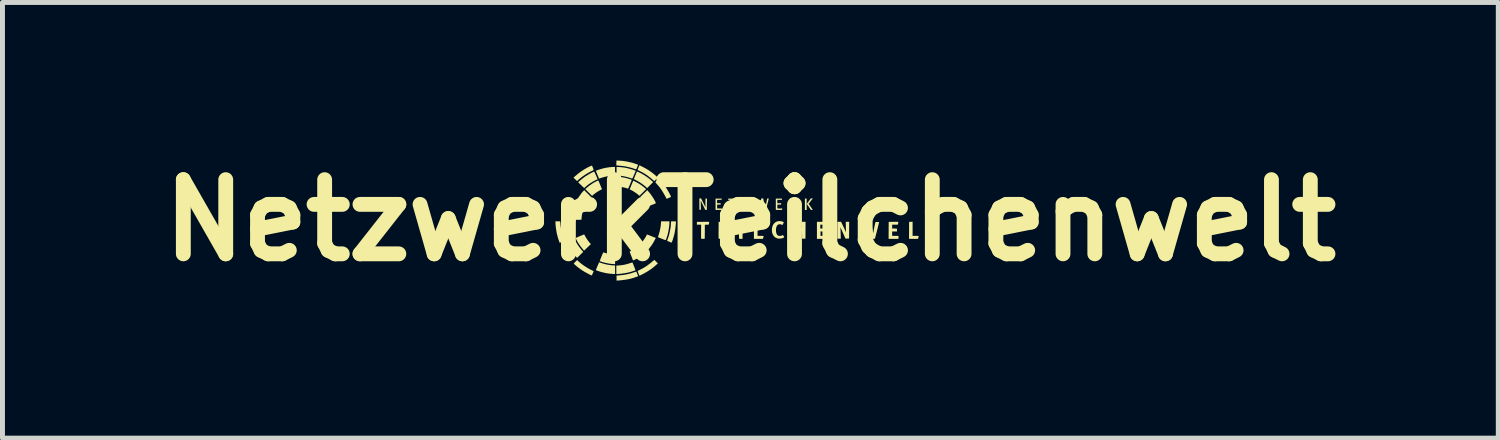
<source format=kicad_pcb>
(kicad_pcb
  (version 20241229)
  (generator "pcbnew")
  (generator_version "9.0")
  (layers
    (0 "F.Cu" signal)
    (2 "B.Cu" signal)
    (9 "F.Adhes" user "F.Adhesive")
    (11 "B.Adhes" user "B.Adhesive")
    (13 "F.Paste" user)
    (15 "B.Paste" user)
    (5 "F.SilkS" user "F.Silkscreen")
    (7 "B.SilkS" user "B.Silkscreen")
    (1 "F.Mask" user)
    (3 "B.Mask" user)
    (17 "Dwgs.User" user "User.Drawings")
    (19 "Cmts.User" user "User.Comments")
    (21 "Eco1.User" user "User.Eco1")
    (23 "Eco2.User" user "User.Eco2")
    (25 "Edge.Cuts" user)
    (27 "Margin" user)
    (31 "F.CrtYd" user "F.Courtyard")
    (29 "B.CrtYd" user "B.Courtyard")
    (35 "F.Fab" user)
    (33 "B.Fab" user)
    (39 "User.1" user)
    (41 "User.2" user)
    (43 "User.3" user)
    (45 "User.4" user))
  (footprint "NetzwerkTeilchenwelt"
    (layer "F.Cu")
    (at 12.121 1.404)
    (property "Reference" "NetzwerkTeilchenwelt" (at 0 0 0) (layer "F.SilkS") (effects (font (size 1.5 1.5) (thickness 0.3))))
    (attr board_only exclude_from_pos_files exclude_from_bom)
    (fp_poly (pts (xy 1.138 -0.324) (xy 1.138 -0.209) (xy 1.12 -0.209) (xy 1.103 -0.209) (xy 1.103 -0.324) (xy 1.103 -0.439) (xy 1.12 -0.439) (xy 1.138 -0.439)) (stroke (width 0) (type solid)) (fill yes) (layer "F.SilkS"))
    (fp_poly (pts (xy -0.158 0.202) (xy -0.158 0.375) (xy -0.191 0.375) (xy -0.207 0.375) (xy -0.22 0.374) (xy -0.227 0.372) (xy -0.227 0.372) (xy -0.228 0.367) (xy -0.228 0.355) (xy -0.229 0.336) (xy -0.229 0.311) (xy -0.23 0.282) (xy -0.23 0.248) (xy -0.23 0.212) (xy -0.23 0.2) (xy -0.23 0.03) (xy -0.194 0.03) (xy -0.158 0.03)) (stroke (width 0) (type solid)) (fill yes) (layer "F.SilkS"))
    (fp_poly (pts (xy 3.28 0.172) (xy 3.28 0.315) (xy 3.342 0.315) (xy 3.364 0.315) (xy 3.383 0.316) (xy 3.396 0.316) (xy 3.403 0.317) (xy 3.404 0.318) (xy 3.403 0.323) (xy 3.401 0.333) (xy 3.397 0.347) (xy 3.39 0.375) (xy 3.299 0.375) (xy 3.208 0.375) (xy 3.209 0.203) (xy 3.21 0.032) (xy 3.245 0.031) (xy 3.28 0.029)) (stroke (width 0) (type solid)) (fill yes) (layer "F.SilkS"))
    (fp_poly (pts (xy -0.291 -0.429) (xy -0.293 -0.42) (xy -0.294 -0.416) (xy -0.298 -0.415) (xy -0.308 -0.414) (xy -0.323 -0.413) (xy -0.324 -0.413) (xy -0.354 -0.413) (xy -0.354 -0.311) (xy -0.354 -0.209) (xy -0.369 -0.209) (xy -0.383 -0.209) (xy -0.383 -0.311) (xy -0.383 -0.413) (xy -0.415 -0.413) (xy -0.447 -0.413) (xy -0.447 -0.426) (xy -0.447 -0.439) (xy -0.368 -0.439) (xy -0.289 -0.439)) (stroke (width 0) (type solid)) (fill yes) (layer "F.SilkS"))
    (fp_poly (pts (xy 0.145 0.173) (xy 0.145 0.315) (xy 0.207 0.315) (xy 0.228 0.315) (xy 0.247 0.316) (xy 0.26 0.317) (xy 0.268 0.318) (xy 0.268 0.318) (xy 0.267 0.324) (xy 0.265 0.335) (xy 0.265 0.337) (xy 0.261 0.35) (xy 0.258 0.363) (xy 0.258 0.363) (xy 0.255 0.375) (xy 0.164 0.375) (xy 0.072 0.375) (xy 0.072 0.202) (xy 0.072 0.03) (xy 0.109 0.03) (xy 0.145 0.03)) (stroke (width 0) (type solid)) (fill yes) (layer "F.SilkS"))
    (fp_poly (pts (xy -0.58 -0.427) (xy -0.582 -0.415) (xy -0.627 -0.414) (xy -0.673 -0.413) (xy -0.673 -0.379) (xy -0.673 -0.345) (xy -0.637 -0.345) (xy -0.601 -0.345) (xy -0.601 -0.331) (xy -0.601 -0.317) (xy -0.636 -0.317) (xy -0.671 -0.317) (xy -0.672 -0.278) (xy -0.673 -0.239) (xy -0.624 -0.239) (xy -0.575 -0.239) (xy -0.575 -0.224) (xy -0.575 -0.209) (xy -0.639 -0.209) (xy -0.703 -0.209) (xy -0.703 -0.324) (xy -0.703 -0.439) (xy -0.641 -0.439) (xy -0.579 -0.439)) (stroke (width 0) (type solid)) (fill yes) (layer "F.SilkS"))
    (fp_poly (pts (xy 0.639 -0.426) (xy 0.639 -0.413) (xy 0.592 -0.413) (xy 0.545 -0.413) (xy 0.545 -0.379) (xy 0.545 -0.345) (xy 0.584 -0.345) (xy 0.622 -0.345) (xy 0.622 -0.331) (xy 0.622 -0.317) (xy 0.585 -0.317) (xy 0.547 -0.317) (xy 0.546 -0.278) (xy 0.545 -0.239) (xy 0.594 -0.239) (xy 0.643 -0.239) (xy 0.643 -0.224) (xy 0.643 -0.209) (xy 0.579 -0.209) (xy 0.515 -0.209) (xy 0.515 -0.324) (xy 0.515 -0.439) (xy 0.577 -0.439) (xy 0.639 -0.439)) (stroke (width 0) (type solid)) (fill yes) (layer "F.SilkS"))
    (fp_poly (pts (xy -3.841 0.059) (xy -3.835 0.12) (xy -3.826 0.183) (xy -3.815 0.244) (xy -3.8 0.303) (xy -3.784 0.356) (xy -3.777 0.375) (xy -3.771 0.392) (xy -3.766 0.405) (xy -3.764 0.414) (xy -3.763 0.416) (xy -3.768 0.418) (xy -3.778 0.423) (xy -3.793 0.429) (xy -3.81 0.437) (xy -3.856 0.456) (xy -3.86 0.444) (xy -3.888 0.362) (xy -3.911 0.277) (xy -3.927 0.19) (xy -3.937 0.105) (xy -3.939 0.076) (xy -3.942 0.021) (xy -3.893 0.021) (xy -3.844 0.021)) (stroke (width 0) (type solid)) (fill yes) (layer "F.SilkS"))
    (fp_poly (pts (xy 3.772 0.03) (xy 3.788 0.031) (xy 3.799 0.033) (xy 3.806 0.035) (xy 3.809 0.04) (xy 3.809 0.045) (xy 3.807 0.053) (xy 3.805 0.063) (xy 3.804 0.068) (xy 3.799 0.089) (xy 3.757 0.089) (xy 3.715 0.089) (xy 3.715 0.232) (xy 3.715 0.375) (xy 3.681 0.375) (xy 3.647 0.375) (xy 3.647 0.232) (xy 3.647 0.089) (xy 3.602 0.089) (xy 3.557 0.089) (xy 3.558 0.061) (xy 3.559 0.032) (xy 3.684 0.031) (xy 3.721 0.03) (xy 3.75 0.03)) (stroke (width 0) (type solid)) (fill yes) (layer "F.SilkS"))
    (fp_poly (pts (xy -2.363 -0.799) (xy -2.353 -0.794) (xy -2.338 -0.788) (xy -2.321 -0.779) (xy -2.266 -0.749) (xy -2.212 -0.715) (xy -2.162 -0.677) (xy -2.13 -0.65) (xy -2.107 -0.63) (xy -2.175 -0.562) (xy -2.243 -0.495) (xy -2.266 -0.516) (xy -2.288 -0.534) (xy -2.315 -0.553) (xy -2.345 -0.573) (xy -2.375 -0.592) (xy -2.403 -0.607) (xy -2.406 -0.609) (xy -2.44 -0.626) (xy -2.405 -0.712) (xy -2.394 -0.737) (xy -2.385 -0.76) (xy -2.377 -0.778) (xy -2.371 -0.792) (xy -2.368 -0.799) (xy -2.367 -0.8)) (stroke (width 0) (type solid)) (fill yes) (layer "F.SilkS"))
    (fp_poly (pts (xy -3.636 0.059) (xy -3.626 0.148) (xy -3.607 0.236) (xy -3.588 0.3) (xy -3.582 0.317) (xy -3.578 0.33) (xy -3.576 0.338) (xy -3.576 0.34) (xy -3.58 0.342) (xy -3.591 0.347) (xy -3.607 0.353) (xy -3.626 0.361) (xy -3.647 0.37) (xy -3.669 0.379) (xy -3.689 0.388) (xy -3.707 0.395) (xy -3.721 0.401) (xy -3.73 0.404) (xy -3.732 0.405) (xy -3.734 0.401) (xy -3.739 0.391) (xy -3.744 0.377) (xy -3.746 0.374) (xy -3.772 0.293) (xy -3.792 0.21) (xy -3.805 0.123) (xy -3.811 0.059) (xy -3.814 0.017) (xy -3.726 0.017) (xy -3.639 0.017)) (stroke (width 0) (type solid)) (fill yes) (layer "F.SilkS"))
    (fp_poly (pts (xy 1.26 -0.442) (xy 1.261 -0.441) (xy 1.259 -0.437) (xy 1.252 -0.427) (xy 1.241 -0.414) (xy 1.228 -0.397) (xy 1.219 -0.386) (xy 1.177 -0.334) (xy 1.219 -0.275) (xy 1.233 -0.255) (xy 1.244 -0.238) (xy 1.254 -0.224) (xy 1.259 -0.215) (xy 1.261 -0.212) (xy 1.257 -0.21) (xy 1.248 -0.209) (xy 1.243 -0.209) (xy 1.229 -0.21) (xy 1.221 -0.215) (xy 1.218 -0.218) (xy 1.213 -0.225) (xy 1.205 -0.238) (xy 1.194 -0.254) (xy 1.181 -0.273) (xy 1.176 -0.28) (xy 1.141 -0.331) (xy 1.181 -0.386) (xy 1.221 -0.441) (xy 1.241 -0.442) (xy 1.253 -0.443)) (stroke (width 0) (type solid)) (fill yes) (layer "F.SilkS"))
    (fp_poly (pts (xy 2.989 0.056) (xy 2.987 0.071) (xy 2.985 0.082) (xy 2.984 0.086) (xy 2.979 0.087) (xy 2.967 0.088) (xy 2.95 0.089) (xy 2.93 0.089) (xy 2.924 0.089) (xy 2.867 0.089) (xy 2.867 0.128) (xy 2.867 0.166) (xy 2.915 0.167) (xy 2.963 0.168) (xy 2.964 0.197) (xy 2.966 0.226) (xy 2.916 0.226) (xy 2.867 0.226) (xy 2.867 0.271) (xy 2.867 0.315) (xy 2.931 0.315) (xy 2.995 0.315) (xy 2.995 0.345) (xy 2.995 0.375) (xy 2.895 0.375) (xy 2.795 0.375) (xy 2.796 0.203) (xy 2.797 0.032) (xy 2.894 0.031) (xy 2.992 0.03)) (stroke (width 0) (type solid)) (fill yes) (layer "F.SilkS"))
    (fp_poly (pts (xy -1.906 0.835) (xy -1.87 0.871) (xy -1.897 0.896) (xy -1.954 0.946) (xy -2.018 0.994) (xy -2.085 1.037) (xy -2.152 1.076) (xy -2.16 1.08) (xy -2.181 1.09) (xy -2.2 1.1) (xy -2.216 1.108) (xy -2.227 1.113) (xy -2.229 1.113) (xy -2.244 1.12) (xy -2.262 1.073) (xy -2.269 1.055) (xy -2.275 1.039) (xy -2.278 1.029) (xy -2.279 1.025) (xy -2.275 1.023) (xy -2.264 1.017) (xy -2.249 1.009) (xy -2.23 0.999) (xy -2.215 0.992) (xy -2.163 0.964) (xy -2.116 0.936) (xy -2.073 0.906) (xy -2.03 0.874) (xy -1.986 0.838) (xy -1.984 0.836) (xy -1.942 0.8)) (stroke (width 0) (type solid)) (fill yes) (layer "F.SilkS"))
    (fp_poly (pts (xy 1.501 0.03) (xy 1.519 0.03) (xy 1.531 0.032) (xy 1.538 0.034) (xy 1.542 0.039) (xy 1.542 0.045) (xy 1.541 0.054) (xy 1.538 0.065) (xy 1.538 0.068) (xy 1.533 0.089) (xy 1.474 0.089) (xy 1.414 0.089) (xy 1.414 0.128) (xy 1.414 0.166) (xy 1.463 0.166) (xy 1.512 0.166) (xy 1.512 0.196) (xy 1.512 0.226) (xy 1.466 0.226) (xy 1.419 0.226) (xy 1.419 0.271) (xy 1.419 0.315) (xy 1.483 0.315) (xy 1.546 0.315) (xy 1.546 0.345) (xy 1.546 0.375) (xy 1.446 0.375) (xy 1.346 0.375) (xy 1.346 0.202) (xy 1.346 0.03) (xy 1.444 0.03) (xy 1.476 0.03)) (stroke (width 0) (type solid)) (fill yes) (layer "F.SilkS"))
    (fp_poly (pts (xy -0.895 0.031) (xy -0.871 0.031) (xy -0.851 0.031) (xy -0.838 0.032) (xy -0.831 0.033) (xy -0.831 0.033) (xy -0.832 0.039) (xy -0.834 0.05) (xy -0.836 0.062) (xy -0.842 0.087) (xy -0.881 0.089) (xy -0.92 0.09) (xy -0.921 0.231) (xy -0.922 0.373) (xy -0.958 0.374) (xy -0.976 0.374) (xy -0.988 0.373) (xy -0.994 0.371) (xy -0.995 0.37) (xy -0.995 0.364) (xy -0.996 0.351) (xy -0.996 0.332) (xy -0.996 0.307) (xy -0.996 0.278) (xy -0.996 0.246) (xy -0.996 0.227) (xy -0.995 0.089) (xy -1.039 0.089) (xy -1.083 0.089) (xy -1.081 0.061) (xy -1.08 0.032) (xy -0.955 0.031) (xy -0.924 0.031)) (stroke (width 0) (type solid)) (fill yes) (layer "F.SilkS"))
    (fp_poly (pts (xy -2.309 1.038) (xy -2.305 1.042) (xy -2.3 1.051) (xy -2.293 1.067) (xy -2.287 1.081) (xy -2.28 1.099) (xy -2.274 1.114) (xy -2.269 1.125) (xy -2.267 1.129) (xy -2.271 1.131) (xy -2.281 1.136) (xy -2.296 1.141) (xy -2.315 1.148) (xy -2.336 1.155) (xy -2.358 1.162) (xy -2.379 1.169) (xy -2.397 1.174) (xy -2.41 1.178) (xy -2.472 1.192) (xy -2.539 1.203) (xy -2.613 1.212) (xy -2.668 1.217) (xy -2.705 1.219) (xy -2.705 1.169) (xy -2.705 1.118) (xy -2.644 1.113) (xy -2.562 1.104) (xy -2.486 1.09) (xy -2.414 1.072) (xy -2.369 1.057) (xy -2.349 1.051) (xy -2.332 1.045) (xy -2.319 1.04) (xy -2.313 1.038)) (stroke (width 0) (type solid)) (fill yes) (layer "F.SilkS"))
    (fp_poly (pts (xy 0.913 0.031) (xy 0.948 0.032) (xy 0.949 0.097) (xy 0.95 0.161) (xy 0.997 0.163) (xy 1.044 0.164) (xy 1.044 0.097) (xy 1.044 0.03) (xy 1.08 0.03) (xy 1.116 0.03) (xy 1.115 0.201) (xy 1.114 0.372) (xy 1.08 0.372) (xy 1.046 0.373) (xy 1.045 0.297) (xy 1.044 0.222) (xy 0.997 0.222) (xy 0.95 0.222) (xy 0.949 0.297) (xy 0.948 0.373) (xy 0.915 0.373) (xy 0.899 0.373) (xy 0.887 0.372) (xy 0.88 0.371) (xy 0.88 0.371) (xy 0.879 0.367) (xy 0.879 0.355) (xy 0.878 0.336) (xy 0.878 0.311) (xy 0.878 0.282) (xy 0.878 0.248) (xy 0.878 0.212) (xy 0.878 0.199) (xy 0.878 0.029)) (stroke (width 0) (type solid)) (fill yes) (layer "F.SilkS"))
    (fp_poly (pts (xy -3.009 0.866) (xy -2.966 0.879) (xy -2.919 0.891) (xy -2.87 0.9) (xy -2.823 0.907) (xy -2.779 0.911) (xy -2.757 0.912) (xy -2.735 0.912) (xy -2.735 0.999) (xy -2.735 1.086) (xy -2.753 1.086) (xy -2.766 1.085) (xy -2.784 1.084) (xy -2.804 1.083) (xy -2.812 1.082) (xy -2.868 1.076) (xy -2.927 1.066) (xy -2.986 1.052) (xy -3.018 1.044) (xy -3.04 1.037) (xy -3.063 1.03) (xy -3.084 1.023) (xy -3.101 1.017) (xy -3.114 1.012) (xy -3.121 1.008) (xy -3.122 1.008) (xy -3.122 1.006) (xy -3.122 1.003) (xy -3.12 0.997) (xy -3.116 0.987) (xy -3.11 0.972) (xy -3.102 0.952) (xy -3.091 0.926) (xy -3.084 0.909) (xy -3.058 0.849)) (stroke (width 0) (type solid)) (fill yes) (layer "F.SilkS"))
    (fp_poly (pts (xy -1.636 0.046) (xy -1.638 0.084) (xy -1.642 0.127) (xy -1.649 0.173) (xy -1.657 0.221) (xy -1.667 0.267) (xy -1.678 0.309) (xy -1.683 0.324) (xy -1.692 0.351) (xy -1.699 0.372) (xy -1.705 0.386) (xy -1.709 0.395) (xy -1.713 0.399) (xy -1.716 0.4) (xy -1.722 0.398) (xy -1.735 0.394) (xy -1.753 0.388) (xy -1.774 0.379) (xy -1.794 0.371) (xy -1.817 0.362) (xy -1.837 0.354) (xy -1.853 0.347) (xy -1.864 0.342) (xy -1.868 0.341) (xy -1.868 0.336) (xy -1.865 0.325) (xy -1.861 0.316) (xy -1.846 0.269) (xy -1.832 0.218) (xy -1.821 0.163) (xy -1.812 0.11) (xy -1.808 0.063) (xy -1.805 0.021) (xy -1.721 0.021) (xy -1.636 0.021)) (stroke (width 0) (type solid)) (fill yes) (layer "F.SilkS"))
    (fp_poly (pts (xy -0.962 -0.374) (xy -0.95 -0.35) (xy -0.939 -0.326) (xy -0.929 -0.306) (xy -0.921 -0.29) (xy -0.918 -0.281) (xy -0.908 -0.258) (xy -0.908 -0.348) (xy -0.907 -0.439) (xy -0.892 -0.439) (xy -0.877 -0.439) (xy -0.879 -0.325) (xy -0.88 -0.211) (xy -0.895 -0.21) (xy -0.91 -0.208) (xy -0.956 -0.302) (xy -0.969 -0.328) (xy -0.98 -0.351) (xy -0.99 -0.371) (xy -0.997 -0.385) (xy -1.002 -0.394) (xy -1.003 -0.396) (xy -1.003 -0.392) (xy -1.003 -0.381) (xy -1.003 -0.363) (xy -1.002 -0.341) (xy -1.002 -0.315) (xy -1.002 -0.305) (xy -1 -0.213) (xy -1.016 -0.213) (xy -1.031 -0.213) (xy -1.031 -0.328) (xy -1.031 -0.443) (xy -1.014 -0.443) (xy -0.997 -0.443)) (stroke (width 0) (type solid)) (fill yes) (layer "F.SilkS"))
    (fp_poly (pts (xy -3.2 -1.101) (xy -3.195 -1.09) (xy -3.189 -1.076) (xy -3.182 -1.06) (xy -3.176 -1.043) (xy -3.172 -1.029) (xy -3.169 -1.019) (xy -3.169 -1.015) (xy -3.169 -1.015) (xy -3.174 -1.013) (xy -3.186 -1.007) (xy -3.202 -0.999) (xy -3.221 -0.99) (xy -3.232 -0.984) (xy -3.288 -0.954) (xy -3.345 -0.919) (xy -3.4 -0.881) (xy -3.451 -0.841) (xy -3.485 -0.811) (xy -3.505 -0.793) (xy -3.54 -0.828) (xy -3.575 -0.863) (xy -3.546 -0.889) (xy -3.498 -0.93) (xy -3.453 -0.965) (xy -3.408 -0.997) (xy -3.36 -1.028) (xy -3.336 -1.042) (xy -3.317 -1.053) (xy -3.295 -1.065) (xy -3.274 -1.076) (xy -3.253 -1.086) (xy -3.234 -1.095) (xy -3.218 -1.101) (xy -3.208 -1.105) (xy -3.204 -1.106)) (stroke (width 0) (type solid)) (fill yes) (layer "F.SilkS"))
    (fp_poly (pts (xy -2.675 -0.878) (xy -2.644 -0.876) (xy -2.608 -0.872) (xy -2.571 -0.866) (xy -2.536 -0.86) (xy -2.518 -0.856) (xy -2.499 -0.851) (xy -2.478 -0.845) (xy -2.457 -0.838) (xy -2.436 -0.832) (xy -2.418 -0.826) (xy -2.406 -0.821) (xy -2.401 -0.819) (xy -2.4 -0.815) (xy -2.402 -0.806) (xy -2.407 -0.791) (xy -2.416 -0.769) (xy -2.427 -0.74) (xy -2.432 -0.728) (xy -2.443 -0.702) (xy -2.453 -0.68) (xy -2.461 -0.661) (xy -2.468 -0.648) (xy -2.472 -0.64) (xy -2.473 -0.639) (xy -2.48 -0.641) (xy -2.488 -0.644) (xy -2.506 -0.65) (xy -2.531 -0.657) (xy -2.56 -0.664) (xy -2.592 -0.67) (xy -2.625 -0.676) (xy -2.644 -0.679) (xy -2.707 -0.689) (xy -2.707 -0.784) (xy -2.707 -0.88)) (stroke (width 0) (type solid)) (fill yes) (layer "F.SilkS"))
    (fp_poly (pts (xy -3.29 -0.541) (xy -3.221 -0.472) (xy -3.247 -0.442) (xy -3.274 -0.407) (xy -3.3 -0.369) (xy -3.324 -0.331) (xy -3.338 -0.306) (xy -3.346 -0.291) (xy -3.353 -0.28) (xy -3.358 -0.274) (xy -3.359 -0.273) (xy -3.364 -0.275) (xy -3.376 -0.279) (xy -3.393 -0.286) (xy -3.414 -0.295) (xy -3.438 -0.306) (xy -3.448 -0.31) (xy -3.475 -0.322) (xy -3.498 -0.333) (xy -3.516 -0.342) (xy -3.527 -0.348) (xy -3.532 -0.352) (xy -3.532 -0.352) (xy -3.53 -0.36) (xy -3.524 -0.374) (xy -3.515 -0.392) (xy -3.504 -0.412) (xy -3.491 -0.434) (xy -3.478 -0.456) (xy -3.469 -0.471) (xy -3.453 -0.494) (xy -3.435 -0.519) (xy -3.417 -0.544) (xy -3.399 -0.566) (xy -3.384 -0.584) (xy -3.371 -0.597) (xy -3.359 -0.609)) (stroke (width 0) (type solid)) (fill yes) (layer "F.SilkS"))
    (fp_poly (pts (xy -2.287 -0.985) (xy -2.276 -0.981) (xy -2.26 -0.974) (xy -2.241 -0.965) (xy -2.219 -0.954) (xy -2.196 -0.942) (xy -2.174 -0.929) (xy -2.152 -0.917) (xy -2.144 -0.911) (xy -2.09 -0.875) (xy -2.039 -0.837) (xy -1.989 -0.794) (xy -1.985 -0.791) (xy -1.965 -0.773) (xy -2.026 -0.712) (xy -2.087 -0.651) (xy -2.107 -0.67) (xy -2.15 -0.706) (xy -2.197 -0.741) (xy -2.246 -0.774) (xy -2.295 -0.802) (xy -2.311 -0.81) (xy -2.328 -0.819) (xy -2.342 -0.826) (xy -2.352 -0.831) (xy -2.355 -0.833) (xy -2.354 -0.837) (xy -2.35 -0.847) (xy -2.344 -0.863) (xy -2.337 -0.882) (xy -2.328 -0.902) (xy -2.319 -0.924) (xy -2.311 -0.944) (xy -2.303 -0.962) (xy -2.297 -0.976) (xy -2.293 -0.984) (xy -2.292 -0.986)) (stroke (width 0) (type solid)) (fill yes) (layer "F.SilkS"))
    (fp_poly (pts (xy -2.736 -0.994) (xy -2.735 -0.909) (xy -2.789 -0.904) (xy -2.856 -0.896) (xy -2.919 -0.884) (xy -2.976 -0.87) (xy -3.026 -0.854) (xy -3.029 -0.853) (xy -3.044 -0.847) (xy -3.053 -0.844) (xy -3.058 -0.845) (xy -3.061 -0.848) (xy -3.063 -0.851) (xy -3.065 -0.857) (xy -3.07 -0.869) (xy -3.077 -0.886) (xy -3.085 -0.905) (xy -3.094 -0.926) (xy -3.102 -0.947) (xy -3.11 -0.966) (xy -3.116 -0.982) (xy -3.121 -0.994) (xy -3.123 -0.999) (xy -3.123 -0.999) (xy -3.119 -1.003) (xy -3.108 -1.008) (xy -3.091 -1.014) (xy -3.07 -1.021) (xy -3.046 -1.029) (xy -3.02 -1.037) (xy -2.992 -1.045) (xy -2.989 -1.046) (xy -2.943 -1.057) (xy -2.894 -1.066) (xy -2.845 -1.073) (xy -2.8 -1.077) (xy -2.776 -1.078) (xy -2.737 -1.079)) (stroke (width 0) (type solid)) (fill yes) (layer "F.SilkS"))
    (fp_poly (pts (xy -2.384 0.853) (xy -2.382 0.857) (xy -2.378 0.868) (xy -2.371 0.884) (xy -2.362 0.905) (xy -2.353 0.928) (xy -2.352 0.93) (xy -2.342 0.956) (xy -2.333 0.977) (xy -2.328 0.994) (xy -2.325 1.005) (xy -2.324 1.01) (xy -2.331 1.013) (xy -2.345 1.019) (xy -2.364 1.025) (xy -2.387 1.033) (xy -2.413 1.041) (xy -2.436 1.048) (xy -2.469 1.056) (xy -2.508 1.064) (xy -2.55 1.071) (xy -2.592 1.077) (xy -2.632 1.082) (xy -2.662 1.084) (xy -2.71 1.087) (xy -2.71 1.002) (xy -2.71 0.917) (xy -2.651 0.912) (xy -2.61 0.908) (xy -2.575 0.903) (xy -2.543 0.897) (xy -2.511 0.89) (xy -2.476 0.88) (xy -2.438 0.868) (xy -2.418 0.862) (xy -2.401 0.857) (xy -2.39 0.854) (xy -2.384 0.853)) (stroke (width 0) (type solid)) (fill yes) (layer "F.SilkS"))
    (fp_poly (pts (xy -2.176 0.567) (xy -2.157 0.587) (xy -2.14 0.605) (xy -2.126 0.62) (xy -2.116 0.631) (xy -2.111 0.638) (xy -2.11 0.639) (xy -2.112 0.643) (xy -2.121 0.651) (xy -2.133 0.663) (xy -2.15 0.676) (xy -2.168 0.691) (xy -2.188 0.706) (xy -2.207 0.72) (xy -2.225 0.733) (xy -2.228 0.735) (xy -2.277 0.766) (xy -2.322 0.79) (xy -2.348 0.802) (xy -2.371 0.813) (xy -2.406 0.725) (xy -2.416 0.699) (xy -2.425 0.676) (xy -2.433 0.657) (xy -2.438 0.643) (xy -2.441 0.635) (xy -2.441 0.634) (xy -2.438 0.631) (xy -2.429 0.627) (xy -2.427 0.626) (xy -2.407 0.616) (xy -2.382 0.602) (xy -2.354 0.585) (xy -2.326 0.566) (xy -2.299 0.547) (xy -2.275 0.528) (xy -2.26 0.515) (xy -2.242 0.498)) (stroke (width 0) (type solid)) (fill yes) (layer "F.SilkS"))
    (fp_poly (pts (xy -2.063 -0.585) (xy -2.045 -0.564) (xy -2.024 -0.538) (xy -2.003 -0.509) (xy -1.983 -0.48) (xy -1.965 -0.453) (xy -1.957 -0.441) (xy -1.944 -0.418) (xy -1.932 -0.395) (xy -1.922 -0.376) (xy -1.915 -0.36) (xy -1.912 -0.349) (xy -1.912 -0.344) (xy -1.916 -0.342) (xy -1.927 -0.337) (xy -1.944 -0.33) (xy -1.963 -0.322) (xy -1.986 -0.313) (xy -2.009 -0.304) (xy -2.031 -0.295) (xy -2.051 -0.286) (xy -2.069 -0.28) (xy -2.081 -0.275) (xy -2.087 -0.273) (xy -2.088 -0.273) (xy -2.09 -0.276) (xy -2.096 -0.286) (xy -2.103 -0.299) (xy -2.105 -0.303) (xy -2.118 -0.329) (xy -2.136 -0.358) (xy -2.156 -0.388) (xy -2.176 -0.416) (xy -2.195 -0.441) (xy -2.2 -0.447) (xy -2.224 -0.473) (xy -2.155 -0.541) (xy -2.085 -0.609)) (stroke (width 0) (type solid)) (fill yes) (layer "F.SilkS"))
    (fp_poly (pts (xy -0.021 -0.428) (xy -0.024 -0.413) (xy -0.034 -0.393) (xy -0.04 -0.383) (xy -0.05 -0.365) (xy -0.063 -0.344) (xy -0.076 -0.322) (xy -0.083 -0.309) (xy -0.094 -0.29) (xy -0.104 -0.273) (xy -0.113 -0.259) (xy -0.118 -0.251) (xy -0.128 -0.236) (xy -0.073 -0.235) (xy -0.018 -0.234) (xy -0.023 -0.221) (xy -0.027 -0.209) (xy -0.097 -0.209) (xy -0.166 -0.209) (xy -0.166 -0.222) (xy -0.165 -0.229) (xy -0.159 -0.241) (xy -0.151 -0.259) (xy -0.138 -0.282) (xy -0.121 -0.311) (xy -0.111 -0.326) (xy -0.056 -0.418) (xy -0.109 -0.418) (xy -0.129 -0.418) (xy -0.146 -0.418) (xy -0.157 -0.419) (xy -0.162 -0.419) (xy -0.162 -0.419) (xy -0.161 -0.424) (xy -0.158 -0.432) (xy -0.154 -0.443) (xy -0.087 -0.443) (xy -0.021 -0.443)) (stroke (width 0) (type solid)) (fill yes) (layer "F.SilkS"))
    (fp_poly (pts (xy -2.667 -1.207) (xy -2.584 -1.201) (xy -2.498 -1.188) (xy -2.411 -1.169) (xy -2.409 -1.169) (xy -2.394 -1.165) (xy -2.374 -1.159) (xy -2.353 -1.152) (xy -2.331 -1.145) (xy -2.311 -1.138) (xy -2.293 -1.132) (xy -2.281 -1.128) (xy -2.275 -1.125) (xy -2.273 -1.122) (xy -2.273 -1.117) (xy -2.275 -1.107) (xy -2.281 -1.092) (xy -2.287 -1.077) (xy -2.296 -1.056) (xy -2.303 -1.042) (xy -2.308 -1.034) (xy -2.312 -1.032) (xy -2.319 -1.033) (xy -2.332 -1.037) (xy -2.349 -1.042) (xy -2.358 -1.046) (xy -2.382 -1.054) (xy -2.413 -1.063) (xy -2.449 -1.072) (xy -2.489 -1.081) (xy -2.529 -1.09) (xy -2.541 -1.092) (xy -2.559 -1.094) (xy -2.582 -1.097) (xy -2.608 -1.1) (xy -2.631 -1.102) (xy -2.71 -1.109) (xy -2.709 -1.159) (xy -2.707 -1.208)) (stroke (width 0) (type solid)) (fill yes) (layer "F.SilkS"))
    (fp_poly (pts (xy -3.478 0.827) (xy -3.438 0.862) (xy -3.392 0.898) (xy -3.341 0.933) (xy -3.29 0.965) (xy -3.238 0.994) (xy -3.197 1.014) (xy -3.184 1.021) (xy -3.174 1.027) (xy -3.17 1.03) (xy -3.17 1.031) (xy -3.171 1.037) (xy -3.176 1.048) (xy -3.182 1.063) (xy -3.189 1.079) (xy -3.195 1.094) (xy -3.201 1.107) (xy -3.206 1.114) (xy -3.207 1.115) (xy -3.212 1.114) (xy -3.223 1.109) (xy -3.239 1.102) (xy -3.259 1.092) (xy -3.272 1.085) (xy -3.345 1.046) (xy -3.411 1.005) (xy -3.461 0.969) (xy -3.482 0.953) (xy -3.504 0.936) (xy -3.524 0.919) (xy -3.541 0.904) (xy -3.556 0.891) (xy -3.566 0.882) (xy -3.57 0.876) (xy -3.57 0.875) (xy -3.567 0.871) (xy -3.559 0.862) (xy -3.548 0.849) (xy -3.536 0.837) (xy -3.502 0.804)) (stroke (width 0) (type solid)) (fill yes) (layer "F.SilkS"))
    (fp_poly (pts (xy -0.447 0.044) (xy -0.448 0.058) (xy -0.45 0.073) (xy -0.45 0.073) (xy -0.453 0.089) (xy -0.512 0.089) (xy -0.571 0.089) (xy -0.571 0.128) (xy -0.571 0.166) (xy -0.522 0.166) (xy -0.473 0.166) (xy -0.473 0.196) (xy -0.473 0.226) (xy -0.522 0.226) (xy -0.571 0.226) (xy -0.571 0.271) (xy -0.571 0.315) (xy -0.505 0.315) (xy -0.439 0.315) (xy -0.439 0.345) (xy -0.439 0.375) (xy -0.539 0.375) (xy -0.573 0.375) (xy -0.599 0.374) (xy -0.618 0.374) (xy -0.631 0.373) (xy -0.638 0.371) (xy -0.641 0.37) (xy -0.641 0.37) (xy -0.642 0.364) (xy -0.642 0.351) (xy -0.642 0.332) (xy -0.643 0.307) (xy -0.643 0.277) (xy -0.643 0.243) (xy -0.642 0.207) (xy -0.642 0.198) (xy -0.641 0.032) (xy -0.544 0.031) (xy -0.447 0.03)) (stroke (width 0) (type solid)) (fill yes) (layer "F.SilkS"))
    (fp_poly (pts (xy -3.559 0.372) (xy -3.554 0.38) (xy -3.546 0.394) (xy -3.544 0.4) (xy -3.508 0.468) (xy -3.464 0.535) (xy -3.414 0.598) (xy -3.411 0.601) (xy -3.379 0.638) (xy -3.44 0.698) (xy -3.458 0.716) (xy -3.475 0.733) (xy -3.488 0.745) (xy -3.498 0.754) (xy -3.502 0.758) (xy -3.503 0.758) (xy -3.507 0.755) (xy -3.515 0.748) (xy -3.525 0.737) (xy -3.528 0.734) (xy -3.586 0.664) (xy -3.639 0.588) (xy -3.685 0.506) (xy -3.691 0.495) (xy -3.702 0.472) (xy -3.71 0.455) (xy -3.715 0.443) (xy -3.717 0.436) (xy -3.716 0.432) (xy -3.715 0.43) (xy -3.708 0.427) (xy -3.696 0.421) (xy -3.678 0.413) (xy -3.658 0.405) (xy -3.637 0.396) (xy -3.615 0.387) (xy -3.596 0.379) (xy -3.581 0.373) (xy -3.571 0.369) (xy -3.568 0.368) (xy -3.564 0.368)) (stroke (width 0) (type solid)) (fill yes) (layer "F.SilkS"))
    (fp_poly (pts (xy -2.969 0.65) (xy -2.958 0.653) (xy -2.943 0.657) (xy -2.937 0.659) (xy -2.902 0.669) (xy -2.864 0.677) (xy -2.826 0.684) (xy -2.797 0.688) (xy -2.779 0.69) (xy -2.762 0.691) (xy -2.751 0.693) (xy -2.735 0.695) (xy -2.735 0.791) (xy -2.735 0.886) (xy -2.755 0.886) (xy -2.769 0.885) (xy -2.788 0.883) (xy -2.808 0.882) (xy -2.812 0.881) (xy -2.846 0.877) (xy -2.885 0.87) (xy -2.924 0.862) (xy -2.962 0.853) (xy -2.994 0.843) (xy -3 0.842) (xy -3.018 0.835) (xy -3.032 0.83) (xy -3.042 0.826) (xy -3.045 0.825) (xy -3.044 0.82) (xy -3.04 0.81) (xy -3.034 0.794) (xy -3.027 0.774) (xy -3.018 0.752) (xy -3.009 0.73) (xy -3 0.707) (xy -2.991 0.687) (xy -2.984 0.67) (xy -2.978 0.657) (xy -2.974 0.65) (xy -2.974 0.65)) (stroke (width 0) (type solid)) (fill yes) (layer "F.SilkS"))
    (fp_poly (pts (xy -3.361 0.288) (xy -3.356 0.293) (xy -3.349 0.303) (xy -3.34 0.32) (xy -3.338 0.324) (xy -3.309 0.373) (xy -3.274 0.423) (xy -3.248 0.455) (xy -3.224 0.481) (xy -3.291 0.546) (xy -3.311 0.565) (xy -3.328 0.582) (xy -3.343 0.596) (xy -3.354 0.606) (xy -3.36 0.612) (xy -3.361 0.612) (xy -3.365 0.61) (xy -3.37 0.605) (xy -3.375 0.599) (xy -3.384 0.588) (xy -3.396 0.573) (xy -3.409 0.557) (xy -3.44 0.517) (xy -3.469 0.475) (xy -3.494 0.436) (xy -3.495 0.434) (xy -3.505 0.415) (xy -3.515 0.396) (xy -3.524 0.379) (xy -3.529 0.367) (xy -3.532 0.36) (xy -3.532 0.36) (xy -3.528 0.357) (xy -3.518 0.352) (xy -3.502 0.345) (xy -3.483 0.336) (xy -3.461 0.326) (xy -3.437 0.316) (xy -3.414 0.307) (xy -3.392 0.298) (xy -3.373 0.29) (xy -3.365 0.287)) (stroke (width 0) (type solid)) (fill yes) (layer "F.SilkS"))
    (fp_poly (pts (xy -2.677 -1.078) (xy -2.658 -1.077) (xy -2.634 -1.075) (xy -2.606 -1.073) (xy -2.577 -1.069) (xy -2.55 -1.066) (xy -2.527 -1.062) (xy -2.522 -1.061) (xy -2.499 -1.056) (xy -2.473 -1.05) (xy -2.445 -1.042) (xy -2.417 -1.035) (xy -2.39 -1.027) (xy -2.366 -1.019) (xy -2.345 -1.012) (xy -2.33 -1.006) (xy -2.321 -1.002) (xy -2.321 -1.002) (xy -2.321 -0.996) (xy -2.325 -0.984) (xy -2.333 -0.964) (xy -2.344 -0.937) (xy -2.359 -0.904) (xy -2.36 -0.901) (xy -2.366 -0.886) (xy -2.373 -0.869) (xy -2.376 -0.864) (xy -2.382 -0.851) (xy -2.388 -0.845) (xy -2.39 -0.844) (xy -2.397 -0.846) (xy -2.409 -0.849) (xy -2.424 -0.854) (xy -2.487 -0.874) (xy -2.555 -0.889) (xy -2.624 -0.899) (xy -2.645 -0.901) (xy -2.665 -0.903) (xy -2.681 -0.905) (xy -2.687 -0.906) (xy -2.705 -0.908) (xy -2.705 -0.993) (xy -2.705 -1.078)) (stroke (width 0) (type solid)) (fill yes) (layer "F.SilkS"))
    (fp_poly (pts (xy -2.239 -1.111) (xy -2.234 -1.108) (xy -2.227 -1.105) (xy -2.215 -1.099) (xy -2.198 -1.09) (xy -2.178 -1.08) (xy -2.169 -1.076) (xy -2.097 -1.037) (xy -2.027 -0.992) (xy -1.962 -0.944) (xy -1.903 -0.894) (xy -1.893 -0.884) (xy -1.87 -0.863) (xy -1.905 -0.828) (xy -1.919 -0.814) (xy -1.931 -0.803) (xy -1.94 -0.795) (xy -1.943 -0.792) (xy -1.948 -0.795) (xy -1.951 -0.799) (xy -1.958 -0.805) (xy -1.969 -0.816) (xy -1.985 -0.829) (xy -2.003 -0.844) (xy -2.023 -0.86) (xy -2.043 -0.876) (xy -2.061 -0.89) (xy -2.076 -0.902) (xy -2.081 -0.906) (xy -2.125 -0.935) (xy -2.174 -0.964) (xy -2.225 -0.991) (xy -2.234 -0.995) (xy -2.251 -1.004) (xy -2.266 -1.011) (xy -2.276 -1.017) (xy -2.279 -1.021) (xy -2.278 -1.026) (xy -2.274 -1.037) (xy -2.268 -1.052) (xy -2.261 -1.068) (xy -2.255 -1.084) (xy -2.249 -1.098) (xy -2.245 -1.108) (xy -2.243 -1.111)) (stroke (width 0) (type solid)) (fill yes) (layer "F.SilkS"))
    (fp_poly (pts (xy -3.541 -0.316) (xy -3.53 -0.311) (xy -3.513 -0.305) (xy -3.491 -0.296) (xy -3.467 -0.286) (xy -3.456 -0.282) (xy -3.427 -0.27) (xy -3.406 -0.261) (xy -3.391 -0.254) (xy -3.38 -0.248) (xy -3.374 -0.244) (xy -3.372 -0.241) (xy -3.371 -0.238) (xy -3.371 -0.237) (xy -3.374 -0.229) (xy -3.378 -0.215) (xy -3.383 -0.198) (xy -3.385 -0.192) (xy -3.398 -0.142) (xy -3.407 -0.096) (xy -3.412 -0.052) (xy -3.415 -0.011) (xy -3.511 -0.01) (xy -3.539 -0.009) (xy -3.564 -0.009) (xy -3.585 -0.01) (xy -3.6 -0.01) (xy -3.608 -0.011) (xy -3.61 -0.012) (xy -3.611 -0.018) (xy -3.611 -0.032) (xy -3.609 -0.051) (xy -3.607 -0.073) (xy -3.604 -0.097) (xy -3.601 -0.121) (xy -3.598 -0.144) (xy -3.594 -0.164) (xy -3.594 -0.164) (xy -3.587 -0.196) (xy -3.579 -0.226) (xy -3.572 -0.254) (xy -3.564 -0.278) (xy -3.558 -0.297) (xy -3.552 -0.31) (xy -3.547 -0.317) (xy -3.546 -0.317)) (stroke (width 0) (type solid)) (fill yes) (layer "F.SilkS"))
    (fp_poly (pts (xy -3.073 -0.802) (xy -3.068 -0.793) (xy -3.066 -0.789) (xy -3.062 -0.779) (xy -3.055 -0.763) (xy -3.047 -0.743) (xy -3.038 -0.721) (xy -3.029 -0.699) (xy -3.02 -0.677) (xy -3.012 -0.659) (xy -3.007 -0.644) (xy -3.003 -0.636) (xy -3.003 -0.636) (xy -3.002 -0.631) (xy -3.005 -0.626) (xy -3.012 -0.621) (xy -3.023 -0.616) (xy -3.053 -0.601) (xy -3.086 -0.581) (xy -3.12 -0.558) (xy -3.152 -0.535) (xy -3.18 -0.513) (xy -3.19 -0.503) (xy -3.197 -0.497) (xy -3.2 -0.494) (xy -3.2 -0.494) (xy -3.204 -0.497) (xy -3.212 -0.505) (xy -3.225 -0.518) (xy -3.241 -0.534) (xy -3.259 -0.552) (xy -3.27 -0.563) (xy -3.338 -0.631) (xy -3.315 -0.652) (xy -3.29 -0.673) (xy -3.261 -0.696) (xy -3.231 -0.718) (xy -3.202 -0.738) (xy -3.18 -0.752) (xy -3.164 -0.762) (xy -3.145 -0.772) (xy -3.126 -0.782) (xy -3.108 -0.791) (xy -3.093 -0.798) (xy -3.081 -0.804) (xy -3.076 -0.805)) (stroke (width 0) (type solid)) (fill yes) (layer "F.SilkS"))
    (fp_poly (pts (xy -3.727 -0.393) (xy -3.717 -0.389) (xy -3.701 -0.384) (xy -3.681 -0.376) (xy -3.66 -0.368) (xy -3.638 -0.359) (xy -3.617 -0.35) (xy -3.598 -0.342) (xy -3.583 -0.334) (xy -3.578 -0.332) (xy -3.574 -0.329) (xy -3.573 -0.325) (xy -3.576 -0.316) (xy -3.58 -0.306) (xy -3.596 -0.256) (xy -3.611 -0.202) (xy -3.622 -0.144) (xy -3.631 -0.088) (xy -3.635 -0.035) (xy -3.635 -0.034) (xy -3.636 -0.011) (xy -3.72 -0.009) (xy -3.749 -0.009) (xy -3.771 -0.009) (xy -3.786 -0.009) (xy -3.797 -0.01) (xy -3.803 -0.011) (xy -3.806 -0.013) (xy -3.807 -0.016) (xy -3.808 -0.023) (xy -3.808 -0.037) (xy -3.807 -0.057) (xy -3.805 -0.08) (xy -3.803 -0.106) (xy -3.8 -0.132) (xy -3.797 -0.157) (xy -3.793 -0.179) (xy -3.792 -0.19) (xy -3.786 -0.216) (xy -3.78 -0.244) (xy -3.772 -0.274) (xy -3.764 -0.303) (xy -3.756 -0.33) (xy -3.749 -0.354) (xy -3.742 -0.374) (xy -3.736 -0.387) (xy -3.732 -0.394)) (stroke (width 0) (type solid)) (fill yes) (layer "F.SilkS"))
    (fp_poly (pts (xy -3.155 -0.98) (xy -3.15 -0.97) (xy -3.143 -0.955) (xy -3.134 -0.937) (xy -3.125 -0.916) (xy -3.115 -0.895) (xy -3.107 -0.874) (xy -3.099 -0.856) (xy -3.093 -0.841) (xy -3.089 -0.832) (xy -3.089 -0.829) (xy -3.092 -0.827) (xy -3.093 -0.827) (xy -3.1 -0.824) (xy -3.113 -0.819) (xy -3.131 -0.811) (xy -3.151 -0.8) (xy -3.172 -0.789) (xy -3.193 -0.777) (xy -3.205 -0.77) (xy -3.239 -0.748) (xy -3.269 -0.728) (xy -3.296 -0.707) (xy -3.325 -0.683) (xy -3.329 -0.679) (xy -3.36 -0.652) (xy -3.421 -0.71) (xy -3.481 -0.768) (xy -3.471 -0.778) (xy -3.462 -0.788) (xy -3.447 -0.801) (xy -3.428 -0.816) (xy -3.408 -0.833) (xy -3.387 -0.85) (xy -3.367 -0.865) (xy -3.35 -0.877) (xy -3.349 -0.878) (xy -3.329 -0.892) (xy -3.305 -0.906) (xy -3.28 -0.922) (xy -3.254 -0.937) (xy -3.229 -0.951) (xy -3.206 -0.963) (xy -3.186 -0.973) (xy -3.17 -0.98) (xy -3.16 -0.984) (xy -3.158 -0.984)) (stroke (width 0) (type solid)) (fill yes) (layer "F.SilkS"))
    (fp_poly (pts (xy 1.877 0.12) (xy 1.89 0.147) (xy 1.902 0.172) (xy 1.911 0.194) (xy 1.919 0.211) (xy 1.924 0.223) (xy 1.926 0.227) (xy 1.929 0.237) (xy 1.931 0.242) (xy 1.932 0.243) (xy 1.932 0.239) (xy 1.932 0.227) (xy 1.932 0.21) (xy 1.932 0.187) (xy 1.931 0.16) (xy 1.931 0.136) (xy 1.929 0.03) (xy 1.963 0.03) (xy 1.998 0.03) (xy 1.997 0.199) (xy 1.996 0.369) (xy 1.959 0.37) (xy 1.923 0.371) (xy 1.873 0.257) (xy 1.86 0.228) (xy 1.848 0.201) (xy 1.838 0.178) (xy 1.829 0.16) (xy 1.823 0.147) (xy 1.82 0.141) (xy 1.82 0.141) (xy 1.819 0.143) (xy 1.82 0.151) (xy 1.821 0.156) (xy 1.821 0.165) (xy 1.822 0.181) (xy 1.823 0.203) (xy 1.825 0.228) (xy 1.825 0.257) (xy 1.826 0.272) (xy 1.829 0.371) (xy 1.794 0.371) (xy 1.76 0.371) (xy 1.76 0.2) (xy 1.76 0.03) (xy 1.797 0.03) (xy 1.834 0.03)) (stroke (width 0) (type solid)) (fill yes) (layer "F.SilkS"))
    (fp_poly (pts (xy -1.843 -0.834) (xy -1.833 -0.823) (xy -1.819 -0.808) (xy -1.802 -0.789) (xy -1.785 -0.768) (xy -1.766 -0.745) (xy -1.748 -0.721) (xy -1.731 -0.699) (xy -1.716 -0.678) (xy -1.716 -0.677) (xy -1.7 -0.654) (xy -1.684 -0.628) (xy -1.668 -0.601) (xy -1.653 -0.574) (xy -1.639 -0.549) (xy -1.627 -0.525) (xy -1.616 -0.504) (xy -1.609 -0.488) (xy -1.605 -0.477) (xy -1.606 -0.472) (xy -1.61 -0.469) (xy -1.621 -0.465) (xy -1.635 -0.458) (xy -1.651 -0.452) (xy -1.667 -0.445) (xy -1.681 -0.439) (xy -1.691 -0.436) (xy -1.694 -0.435) (xy -1.696 -0.438) (xy -1.701 -0.448) (xy -1.709 -0.463) (xy -1.718 -0.481) (xy -1.72 -0.485) (xy -1.758 -0.553) (xy -1.799 -0.619) (xy -1.843 -0.679) (xy -1.889 -0.731) (xy -1.902 -0.745) (xy -1.912 -0.758) (xy -1.919 -0.766) (xy -1.921 -0.77) (xy -1.919 -0.774) (xy -1.911 -0.783) (xy -1.9 -0.795) (xy -1.887 -0.807) (xy -1.875 -0.819) (xy -1.863 -0.83) (xy -1.854 -0.837) (xy -1.85 -0.839)) (stroke (width 0) (type solid)) (fill yes) (layer "F.SilkS"))
    (fp_poly (pts (xy -1.533 0.022) (xy -1.518 0.022) (xy -1.507 0.023) (xy -1.504 0.024) (xy -1.505 0.053) (xy -1.508 0.087) (xy -1.512 0.125) (xy -1.517 0.164) (xy -1.522 0.203) (xy -1.528 0.238) (xy -1.532 0.258) (xy -1.538 0.284) (xy -1.545 0.312) (xy -1.553 0.341) (xy -1.561 0.368) (xy -1.569 0.394) (xy -1.577 0.416) (xy -1.584 0.434) (xy -1.59 0.446) (xy -1.594 0.451) (xy -1.595 0.451) (xy -1.601 0.449) (xy -1.612 0.445) (xy -1.628 0.439) (xy -1.64 0.433) (xy -1.657 0.426) (xy -1.671 0.42) (xy -1.68 0.416) (xy -1.682 0.415) (xy -1.682 0.41) (xy -1.679 0.4) (xy -1.674 0.385) (xy -1.67 0.376) (xy -1.662 0.354) (xy -1.656 0.337) (xy -1.652 0.325) (xy -1.648 0.313) (xy -1.645 0.301) (xy -1.641 0.287) (xy -1.639 0.277) (xy -1.63 0.238) (xy -1.622 0.199) (xy -1.615 0.159) (xy -1.61 0.123) (xy -1.607 0.091) (xy -1.606 0.07) (xy -1.606 0.054) (xy -1.604 0.04) (xy -1.603 0.035) (xy -1.601 0.021) (xy -1.552 0.021)) (stroke (width 0) (type solid)) (fill yes) (layer "F.SilkS"))
    (fp_poly (pts (xy -2.087 0.288) (xy -2.075 0.292) (xy -2.058 0.298) (xy -2.037 0.306) (xy -2.013 0.316) (xy -2.005 0.319) (xy -1.98 0.33) (xy -1.957 0.339) (xy -1.939 0.346) (xy -1.925 0.351) (xy -1.918 0.353) (xy -1.917 0.354) (xy -1.913 0.356) (xy -1.913 0.357) (xy -1.915 0.363) (xy -1.921 0.375) (xy -1.93 0.392) (xy -1.94 0.411) (xy -1.952 0.433) (xy -1.964 0.454) (xy -1.976 0.474) (xy -1.987 0.491) (xy -1.991 0.496) (xy -2.002 0.513) (xy -2.016 0.531) (xy -2.031 0.55) (xy -2.045 0.569) (xy -2.059 0.586) (xy -2.072 0.6) (xy -2.081 0.609) (xy -2.086 0.613) (xy -2.087 0.613) (xy -2.091 0.611) (xy -2.099 0.603) (xy -2.112 0.59) (xy -2.129 0.574) (xy -2.147 0.556) (xy -2.157 0.546) (xy -2.224 0.479) (xy -2.213 0.468) (xy -2.202 0.457) (xy -2.188 0.44) (xy -2.173 0.42) (xy -2.157 0.399) (xy -2.141 0.376) (xy -2.127 0.353) (xy -2.114 0.333) (xy -2.104 0.315) (xy -2.098 0.302) (xy -2.096 0.295) (xy -2.093 0.289) (xy -2.092 0.288)) (stroke (width 0) (type solid)) (fill yes) (layer "F.SilkS"))
    (fp_poly (pts (xy 0.61 0.017) (xy 0.634 0.021) (xy 0.656 0.028) (xy 0.67 0.036) (xy 0.674 0.04) (xy 0.675 0.044) (xy 0.673 0.05) (xy 0.667 0.062) (xy 0.663 0.07) (xy 0.655 0.084) (xy 0.649 0.092) (xy 0.645 0.095) (xy 0.641 0.094) (xy 0.638 0.092) (xy 0.614 0.081) (xy 0.59 0.079) (xy 0.577 0.081) (xy 0.556 0.091) (xy 0.54 0.106) (xy 0.528 0.129) (xy 0.521 0.158) (xy 0.518 0.183) (xy 0.518 0.217) (xy 0.522 0.247) (xy 0.53 0.273) (xy 0.541 0.293) (xy 0.555 0.306) (xy 0.573 0.313) (xy 0.595 0.316) (xy 0.618 0.314) (xy 0.638 0.307) (xy 0.639 0.306) (xy 0.65 0.301) (xy 0.656 0.298) (xy 0.657 0.299) (xy 0.661 0.303) (xy 0.667 0.311) (xy 0.673 0.319) (xy 0.681 0.329) (xy 0.684 0.336) (xy 0.683 0.341) (xy 0.679 0.345) (xy 0.666 0.355) (xy 0.646 0.363) (xy 0.621 0.368) (xy 0.595 0.371) (xy 0.569 0.37) (xy 0.546 0.366) (xy 0.536 0.362) (xy 0.511 0.351) (xy 0.491 0.337) (xy 0.474 0.32) (xy 0.469 0.312) (xy 0.45 0.278) (xy 0.438 0.241) (xy 0.435 0.199) (xy 0.435 0.199) (xy 0.438 0.158) (xy 0.447 0.12) (xy 0.462 0.087) (xy 0.483 0.06) (xy 0.508 0.039) (xy 0.538 0.024) (xy 0.571 0.017) (xy 0.585 0.016)) (stroke (width 0) (type solid)) (fill yes) (layer "F.SilkS"))
    (fp_poly (pts (xy 0.88 -0.439) (xy 0.893 -0.438) (xy 0.902 -0.436) (xy 0.91 -0.433) (xy 0.913 -0.431) (xy 0.93 -0.417) (xy 0.941 -0.398) (xy 0.945 -0.377) (xy 0.943 -0.355) (xy 0.939 -0.345) (xy 0.928 -0.331) (xy 0.914 -0.32) (xy 0.899 -0.312) (xy 0.891 -0.311) (xy 0.88 -0.311) (xy 0.891 -0.299) (xy 0.897 -0.292) (xy 0.906 -0.28) (xy 0.916 -0.265) (xy 0.927 -0.25) (xy 0.937 -0.235) (xy 0.944 -0.222) (xy 0.949 -0.214) (xy 0.95 -0.211) (xy 0.946 -0.21) (xy 0.937 -0.209) (xy 0.934 -0.209) (xy 0.927 -0.209) (xy 0.921 -0.211) (xy 0.915 -0.216) (xy 0.909 -0.226) (xy 0.9 -0.241) (xy 0.897 -0.245) (xy 0.882 -0.27) (xy 0.868 -0.289) (xy 0.855 -0.303) (xy 0.845 -0.31) (xy 0.842 -0.311) (xy 0.839 -0.31) (xy 0.837 -0.306) (xy 0.836 -0.298) (xy 0.835 -0.284) (xy 0.835 -0.263) (xy 0.835 -0.26) (xy 0.835 -0.209) (xy 0.821 -0.209) (xy 0.81 -0.21) (xy 0.804 -0.211) (xy 0.804 -0.212) (xy 0.803 -0.216) (xy 0.802 -0.229) (xy 0.802 -0.247) (xy 0.801 -0.271) (xy 0.801 -0.298) (xy 0.801 -0.327) (xy 0.801 -0.376) (xy 0.835 -0.376) (xy 0.835 -0.332) (xy 0.854 -0.332) (xy 0.87 -0.334) (xy 0.885 -0.337) (xy 0.888 -0.338) (xy 0.899 -0.345) (xy 0.906 -0.356) (xy 0.908 -0.361) (xy 0.911 -0.381) (xy 0.908 -0.395) (xy 0.897 -0.406) (xy 0.88 -0.413) (xy 0.861 -0.416) (xy 0.835 -0.419) (xy 0.835 -0.376) (xy 0.801 -0.376) (xy 0.801 -0.439) (xy 0.838 -0.439) (xy 0.863 -0.44)) (stroke (width 0) (type solid)) (fill yes) (layer "F.SilkS"))
    (fp_poly (pts (xy 0.264 -0.423) (xy 0.266 -0.412) (xy 0.269 -0.395) (xy 0.274 -0.373) (xy 0.279 -0.348) (xy 0.284 -0.327) (xy 0.289 -0.303) (xy 0.294 -0.283) (xy 0.298 -0.268) (xy 0.301 -0.259) (xy 0.303 -0.257) (xy 0.305 -0.264) (xy 0.308 -0.276) (xy 0.309 -0.281) (xy 0.311 -0.292) (xy 0.314 -0.309) (xy 0.318 -0.33) (xy 0.323 -0.354) (xy 0.327 -0.378) (xy 0.332 -0.4) (xy 0.336 -0.418) (xy 0.339 -0.431) (xy 0.339 -0.433) (xy 0.343 -0.44) (xy 0.351 -0.443) (xy 0.356 -0.443) (xy 0.367 -0.441) (xy 0.371 -0.437) (xy 0.37 -0.431) (xy 0.367 -0.419) (xy 0.363 -0.4) (xy 0.357 -0.378) (xy 0.351 -0.352) (xy 0.349 -0.345) (xy 0.342 -0.317) (xy 0.336 -0.29) (xy 0.33 -0.267) (xy 0.326 -0.248) (xy 0.323 -0.236) (xy 0.322 -0.234) (xy 0.317 -0.211) (xy 0.297 -0.21) (xy 0.278 -0.208) (xy 0.267 -0.256) (xy 0.261 -0.282) (xy 0.255 -0.309) (xy 0.249 -0.335) (xy 0.247 -0.347) (xy 0.243 -0.365) (xy 0.24 -0.379) (xy 0.238 -0.389) (xy 0.237 -0.391) (xy 0.236 -0.388) (xy 0.234 -0.378) (xy 0.231 -0.363) (xy 0.23 -0.359) (xy 0.227 -0.342) (xy 0.223 -0.319) (xy 0.218 -0.294) (xy 0.213 -0.269) (xy 0.213 -0.267) (xy 0.208 -0.246) (xy 0.204 -0.227) (xy 0.202 -0.214) (xy 0.2 -0.207) (xy 0.2 -0.206) (xy 0.196 -0.205) (xy 0.187 -0.205) (xy 0.181 -0.204) (xy 0.168 -0.205) (xy 0.162 -0.209) (xy 0.16 -0.212) (xy 0.158 -0.22) (xy 0.155 -0.234) (xy 0.15 -0.253) (xy 0.144 -0.276) (xy 0.138 -0.301) (xy 0.132 -0.328) (xy 0.125 -0.354) (xy 0.119 -0.379) (xy 0.114 -0.401) (xy 0.11 -0.418) (xy 0.108 -0.43) (xy 0.107 -0.435) (xy 0.107 -0.435) (xy 0.11 -0.437) (xy 0.12 -0.439) (xy 0.123 -0.439) (xy 0.139 -0.439) (xy 0.155 -0.367) (xy 0.16 -0.342) (xy 0.166 -0.317) (xy 0.17 -0.295) (xy 0.174 -0.278) (xy 0.175 -0.271) (xy 0.178 -0.259) (xy 0.181 -0.253) (xy 0.182 -0.253) (xy 0.184 -0.26) (xy 0.186 -0.274) (xy 0.19 -0.293) (xy 0.195 -0.316) (xy 0.201 -0.342) (xy 0.203 -0.351) (xy 0.208 -0.377) (xy 0.213 -0.4) (xy 0.217 -0.419) (xy 0.22 -0.433) (xy 0.221 -0.44) (xy 0.222 -0.441) (xy 0.225 -0.442) (xy 0.235 -0.443) (xy 0.24 -0.443) (xy 0.259 -0.443)) (stroke (width 0) (type solid)) (fill yes) (layer "F.SilkS"))
    (fp_poly (pts (xy 2.4 0.031) (xy 2.439 0.032) (xy 2.446 0.068) (xy 2.45 0.087) (xy 2.454 0.112) (xy 2.46 0.137) (xy 2.464 0.158) (xy 2.468 0.18) (xy 2.472 0.202) (xy 2.476 0.221) (xy 2.478 0.233) (xy 2.48 0.245) (xy 2.482 0.252) (xy 2.484 0.254) (xy 2.486 0.249) (xy 2.488 0.238) (xy 2.49 0.227) (xy 2.492 0.215) (xy 2.495 0.196) (xy 2.5 0.173) (xy 2.505 0.147) (xy 2.51 0.12) (xy 2.516 0.095) (xy 2.521 0.072) (xy 2.525 0.055) (xy 2.527 0.05) (xy 2.531 0.034) (xy 2.567 0.034) (xy 2.586 0.034) (xy 2.598 0.036) (xy 2.603 0.038) (xy 2.603 0.039) (xy 2.602 0.045) (xy 2.599 0.057) (xy 2.594 0.076) (xy 2.588 0.1) (xy 2.581 0.13) (xy 2.573 0.162) (xy 2.564 0.198) (xy 2.561 0.209) (xy 2.519 0.373) (xy 2.48 0.374) (xy 2.462 0.374) (xy 2.45 0.374) (xy 2.444 0.373) (xy 2.441 0.37) (xy 2.439 0.366) (xy 2.439 0.365) (xy 2.431 0.331) (xy 2.423 0.298) (xy 2.416 0.266) (xy 2.41 0.238) (xy 2.405 0.215) (xy 2.402 0.197) (xy 2.4 0.187) (xy 2.398 0.175) (xy 2.396 0.168) (xy 2.394 0.166) (xy 2.393 0.17) (xy 2.39 0.181) (xy 2.387 0.196) (xy 2.384 0.212) (xy 2.381 0.229) (xy 2.378 0.246) (xy 2.374 0.265) (xy 2.37 0.287) (xy 2.365 0.313) (xy 2.358 0.346) (xy 2.354 0.365) (xy 2.352 0.37) (xy 2.349 0.373) (xy 2.342 0.374) (xy 2.331 0.375) (xy 2.312 0.375) (xy 2.312 0.375) (xy 2.272 0.375) (xy 2.262 0.335) (xy 2.258 0.318) (xy 2.252 0.294) (xy 2.246 0.267) (xy 2.239 0.239) (xy 2.234 0.219) (xy 2.224 0.175) (xy 2.215 0.138) (xy 2.207 0.107) (xy 2.202 0.083) (xy 2.197 0.065) (xy 2.194 0.051) (xy 2.192 0.042) (xy 2.191 0.036) (xy 2.19 0.033) (xy 2.19 0.032) (xy 2.194 0.031) (xy 2.204 0.03) (xy 2.22 0.03) (xy 2.228 0.03) (xy 2.245 0.03) (xy 2.258 0.031) (xy 2.266 0.031) (xy 2.266 0.032) (xy 2.267 0.036) (xy 2.27 0.048) (xy 2.273 0.065) (xy 2.278 0.087) (xy 2.283 0.11) (xy 2.289 0.137) (xy 2.294 0.164) (xy 2.299 0.189) (xy 2.303 0.209) (xy 2.305 0.219) (xy 2.307 0.236) (xy 2.309 0.25) (xy 2.311 0.259) (xy 2.311 0.26) (xy 2.312 0.26) (xy 2.314 0.253) (xy 2.315 0.245) (xy 2.317 0.231) (xy 2.321 0.211) (xy 2.326 0.185) (xy 2.333 0.156) (xy 2.339 0.125) (xy 2.346 0.093) (xy 2.352 0.069) (xy 2.361 0.03)) (stroke (width 0) (type solid)) (fill yes) (layer "F.SilkS")))
  (gr_rect
    (start -3 -3)
    (end 27.243 5.808)
    (stroke (width 0.1) (type default))
    (fill no)
    (layer "Edge.Cuts")))
</source>
